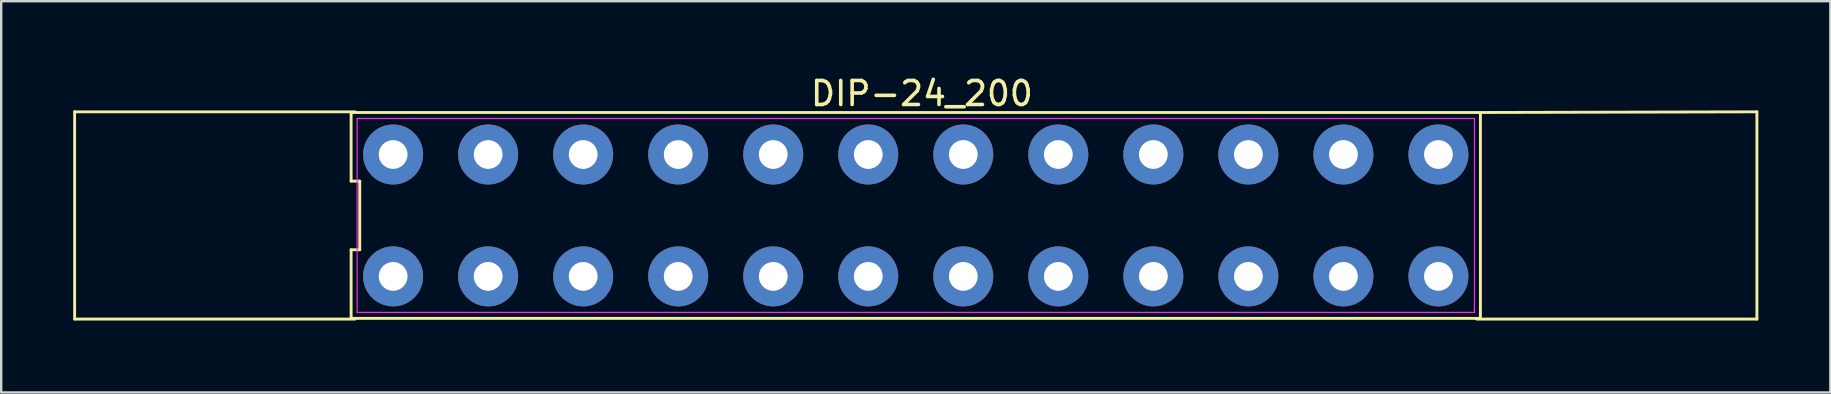
<source format=kicad_pcb>
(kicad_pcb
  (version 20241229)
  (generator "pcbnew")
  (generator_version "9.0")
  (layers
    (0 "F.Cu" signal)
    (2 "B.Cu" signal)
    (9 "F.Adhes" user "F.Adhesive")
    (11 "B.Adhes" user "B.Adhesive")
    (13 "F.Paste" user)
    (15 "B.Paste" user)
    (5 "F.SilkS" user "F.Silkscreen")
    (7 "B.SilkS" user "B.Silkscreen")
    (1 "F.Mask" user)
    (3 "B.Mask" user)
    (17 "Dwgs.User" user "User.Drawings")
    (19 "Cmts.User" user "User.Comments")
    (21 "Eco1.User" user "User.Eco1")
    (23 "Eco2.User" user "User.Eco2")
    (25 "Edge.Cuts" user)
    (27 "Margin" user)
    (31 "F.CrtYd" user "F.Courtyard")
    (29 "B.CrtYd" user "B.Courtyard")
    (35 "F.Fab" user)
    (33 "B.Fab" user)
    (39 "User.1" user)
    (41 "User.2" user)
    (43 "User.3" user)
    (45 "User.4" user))
  (footprint "DIP-24_200"
    (layer "F.Cu")
    (at 35.112 5.928)
    (property "Reference" "DIP-24_200" (at 0.254 -5.08 180) (layer "F.SilkS") (effects (font (size 1 1) (thickness 0.15))))
    (attr through_hole)
    (fp_line (start -35.052 -4.318) (end -35.052 4.318) (stroke (width 0.12) (type solid)) (layer "F.SilkS"))
    (fp_line (start -35.052 4.318) (end -23.368 4.318) (stroke (width 0.12) (type solid)) (layer "F.SilkS"))
    (fp_line (start -23.53 -4.29) (end -23.53 -1.43) (stroke (width 0.12) (type solid)) (layer "F.SilkS"))
    (fp_line (start -23.53 -1.43) (end -23.17 -1.43) (stroke (width 0.12) (type solid)) (layer "F.SilkS"))
    (fp_line (start -23.53 1.43) (end -23.53 4.29) (stroke (width 0.12) (type solid)) (layer "F.SilkS"))
    (fp_line (start -23.53 4.29) (end 23.53 4.29) (stroke (width 0.12) (type solid)) (layer "F.SilkS"))
    (fp_line (start -23.368 -4.318) (end -35.052 -4.318) (stroke (width 0.12) (type solid)) (layer "F.SilkS"))
    (fp_line (start -23.17 -1.43) (end -23.17 1.43) (stroke (width 0.12) (type solid)) (layer "F.SilkS"))
    (fp_line (start -23.17 1.43) (end -23.53 1.43) (stroke (width 0.12) (type solid)) (layer "F.SilkS"))
    (fp_line (start 23.53 -4.29) (end -23.53 -4.29) (stroke (width 0.12) (type solid)) (layer "F.SilkS"))
    (fp_line (start 23.53 -4.29) (end 35.052 -4.318) (stroke (width 0.12) (type solid)) (layer "F.SilkS"))
    (fp_line (start 23.53 4.29) (end 23.53 -4.29) (stroke (width 0.12) (type solid)) (layer "F.SilkS"))
    (fp_line (start 35.052 -4.318) (end 35.052 4.318) (stroke (width 0.12) (type solid)) (layer "F.SilkS"))
    (fp_line (start 35.052 4.318) (end 23.368 4.318) (stroke (width 0.12) (type solid)) (layer "F.SilkS"))
    (fp_line (start -23.28 -4.04) (end 23.28 -4.04) (stroke (width 0.05) (type solid)) (layer "F.CrtYd"))
    (fp_line (start -23.28 4.04) (end -23.28 -4.04) (stroke (width 0.05) (type solid)) (layer "F.CrtYd"))
    (fp_line (start 23.28 -4.04) (end 23.28 4.04) (stroke (width 0.05) (type solid)) (layer "F.CrtYd"))
    (fp_line (start 23.28 4.04) (end -23.28 4.04) (stroke (width 0.05) (type solid)) (layer "F.CrtYd"))
    (pad "1" thru_hole circle (at -21.78 2.54) (size 2.5 2.5) (drill 1.2) (layers "*.Cu" "*.Mask"))
    (pad "2" thru_hole circle (at -17.82 2.54) (size 2.5 2.5) (drill 1.2) (layers "*.Cu" "*.Mask"))
    (pad "3" thru_hole circle (at -13.86 2.54) (size 2.5 2.5) (drill 1.2) (layers "*.Cu" "*.Mask"))
    (pad "4" thru_hole circle (at -9.9 2.54) (size 2.5 2.5) (drill 1.2) (layers "*.Cu" "*.Mask"))
    (pad "5" thru_hole circle (at -5.94 2.54) (size 2.5 2.5) (drill 1.2) (layers "*.Cu" "*.Mask"))
    (pad "6" thru_hole circle (at -1.98 2.54) (size 2.5 2.5) (drill 1.2) (layers "*.Cu" "*.Mask"))
    (pad "7" thru_hole circle (at 1.98 2.54) (size 2.5 2.5) (drill 1.2) (layers "*.Cu" "*.Mask"))
    (pad "8" thru_hole circle (at 5.94 2.54) (size 2.5 2.5) (drill 1.2) (layers "*.Cu" "*.Mask"))
    (pad "9" thru_hole circle (at 9.9 2.54) (size 2.5 2.5) (drill 1.2) (layers "*.Cu" "*.Mask"))
    (pad "10" thru_hole circle (at 13.86 2.54) (size 2.5 2.5) (drill 1.2) (layers "*.Cu" "*.Mask"))
    (pad "11" thru_hole circle (at 17.82 2.54) (size 2.5 2.5) (drill 1.2) (layers "*.Cu" "*.Mask"))
    (pad "12" thru_hole circle (at 21.78 2.54) (size 2.5 2.5) (drill 1.2) (layers "*.Cu" "*.Mask"))
    (pad "13" thru_hole circle (at 21.78 -2.54) (size 2.5 2.5) (drill 1.2) (layers "*.Cu" "*.Mask"))
    (pad "14" thru_hole circle (at 17.82 -2.54) (size 2.5 2.5) (drill 1.2) (layers "*.Cu" "*.Mask"))
    (pad "15" thru_hole circle (at 13.86 -2.54) (size 2.5 2.5) (drill 1.2) (layers "*.Cu" "*.Mask"))
    (pad "16" thru_hole circle (at 9.9 -2.54) (size 2.5 2.5) (drill 1.2) (layers "*.Cu" "*.Mask"))
    (pad "17" thru_hole circle (at 5.94 -2.54) (size 2.5 2.5) (drill 1.2) (layers "*.Cu" "*.Mask"))
    (pad "18" thru_hole circle (at 1.98 -2.54) (size 2.5 2.5) (drill 1.2) (layers "*.Cu" "*.Mask"))
    (pad "19" thru_hole circle (at -1.98 -2.54) (size 2.5 2.5) (drill 1.2) (layers "*.Cu" "*.Mask"))
    (pad "20" thru_hole circle (at -5.94 -2.54) (size 2.5 2.5) (drill 1.2) (layers "*.Cu" "*.Mask"))
    (pad "21" thru_hole circle (at -9.9 -2.54) (size 2.5 2.5) (drill 1.2) (layers "*.Cu" "*.Mask"))
    (pad "22" thru_hole circle (at -13.86 -2.54) (size 2.5 2.5) (drill 1.2) (layers "*.Cu" "*.Mask"))
    (pad "23" thru_hole circle (at -17.82 -2.54) (size 2.5 2.5) (drill 1.2) (layers "*.Cu" "*.Mask"))
    (pad "24" thru_hole circle (at -21.78 -2.54) (size 2.5 2.5) (drill 1.2) (layers "*.Cu" "*.Mask")))
  (gr_rect
    (start -3 -3)
    (end 73.224 13.306)
    (stroke (width 0.1) (type default))
    (fill no)
    (layer "Edge.Cuts")))
</source>
